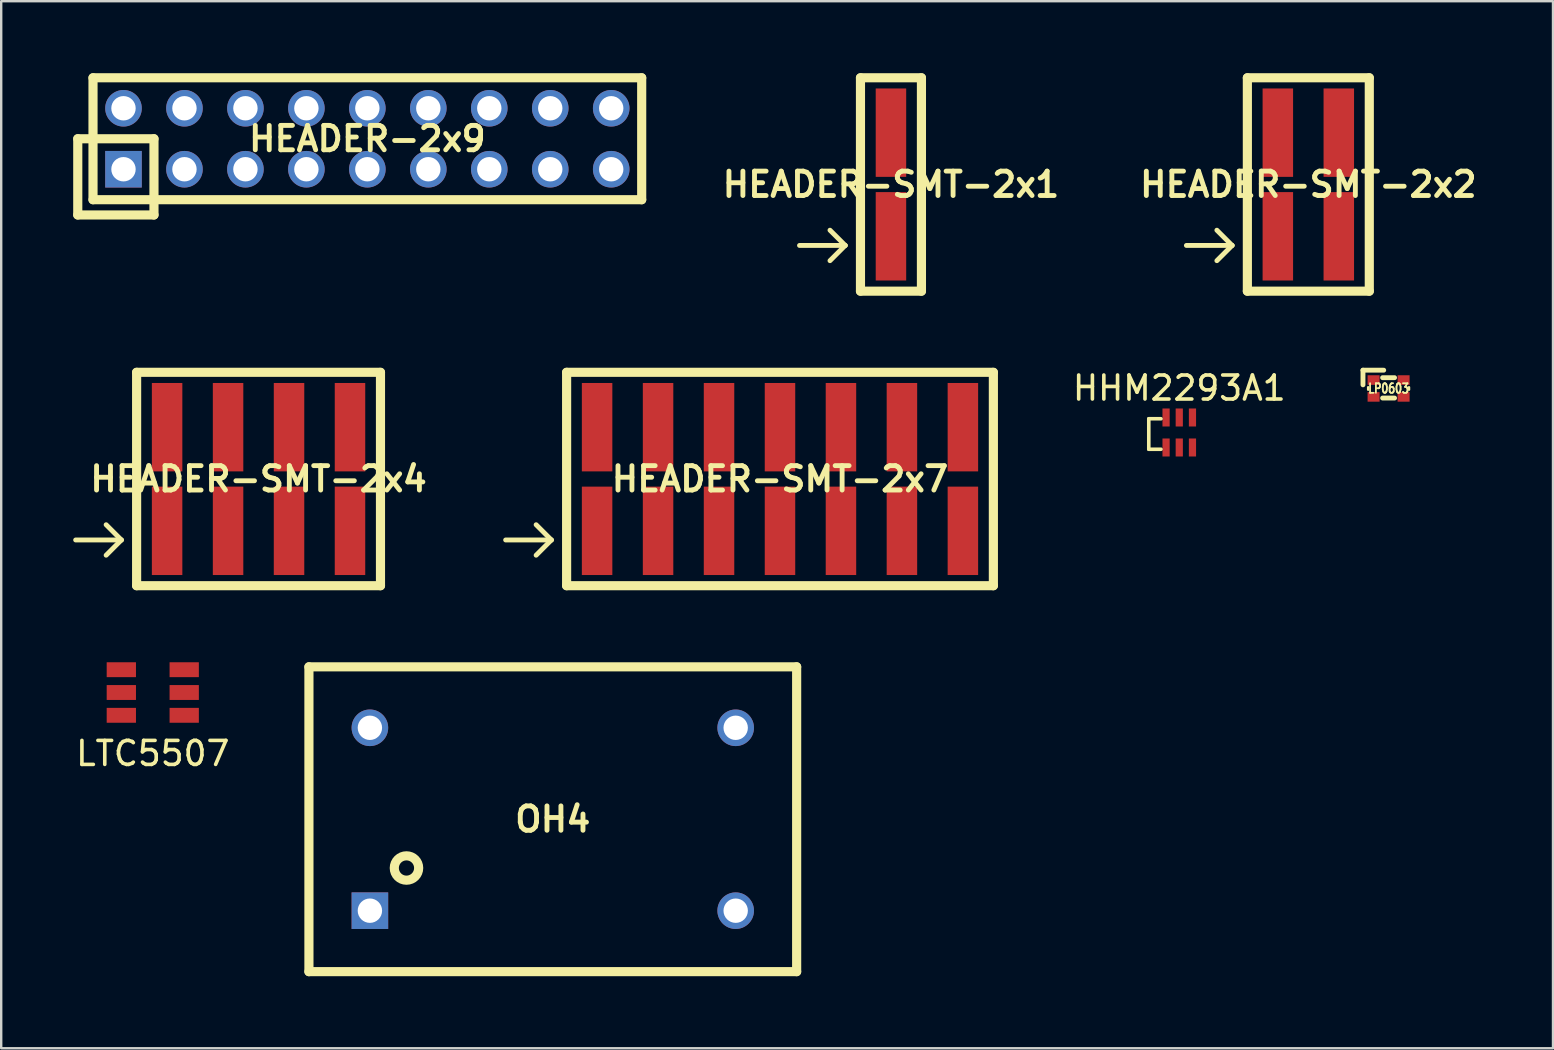
<source format=kicad_pcb>
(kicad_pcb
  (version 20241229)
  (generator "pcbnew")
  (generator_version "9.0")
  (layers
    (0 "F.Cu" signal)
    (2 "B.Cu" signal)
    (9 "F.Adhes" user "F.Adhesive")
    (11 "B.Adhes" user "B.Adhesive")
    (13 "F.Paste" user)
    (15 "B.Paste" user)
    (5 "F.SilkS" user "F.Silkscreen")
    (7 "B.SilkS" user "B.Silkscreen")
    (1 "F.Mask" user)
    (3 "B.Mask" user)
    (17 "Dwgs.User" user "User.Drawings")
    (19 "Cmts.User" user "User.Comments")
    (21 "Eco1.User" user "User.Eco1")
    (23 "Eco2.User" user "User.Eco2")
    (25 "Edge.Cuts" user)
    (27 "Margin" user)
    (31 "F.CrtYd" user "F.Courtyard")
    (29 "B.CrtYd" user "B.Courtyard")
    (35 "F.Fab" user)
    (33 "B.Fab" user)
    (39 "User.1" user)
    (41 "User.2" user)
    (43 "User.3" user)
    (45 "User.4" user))
  (footprint "HEADER-SMT-2x2"
    (layer "F.Cu")
    (at 51.459 4.636)
    (property "Reference" "HEADER-SMT-2x2" (at 0 0 0) (layer "F.SilkS") (effects (font (size 1.016 1.016) (thickness 0.203))))
    (attr through_hole)
    (fp_line (start -3.175 2.54) (end -5.08 2.54) (stroke (width 0.203) (type solid)) (layer "F.SilkS"))
    (fp_line (start -3.175 2.54) (end -3.81 1.905) (stroke (width 0.203) (type solid)) (layer "F.SilkS"))
    (fp_line (start -3.175 2.54) (end -3.81 3.175) (stroke (width 0.203) (type solid)) (layer "F.SilkS"))
    (fp_line (start -2.54 -4.445) (end -2.54 4.445) (stroke (width 0.381) (type solid)) (layer "F.SilkS"))
    (fp_line (start -2.54 -4.445) (end 2.54 -4.445) (stroke (width 0.381) (type solid)) (layer "F.SilkS"))
    (fp_line (start 2.54 -4.445) (end 2.54 4.445) (stroke (width 0.381) (type solid)) (layer "F.SilkS"))
    (fp_line (start 2.54 4.445) (end -2.54 4.445) (stroke (width 0.381) (type solid)) (layer "F.SilkS"))
    (pad "1" smd rect (at -1.27 2.159) (size 1.27 3.683) (layers "F.Cu" "F.Mask" "F.Paste"))
    (pad "2" smd rect (at -1.27 -2.159) (size 1.27 3.683) (layers "F.Cu" "F.Mask" "F.Paste"))
    (pad "3" smd rect (at 1.27 2.159) (size 1.27 3.683) (layers "F.Cu" "F.Mask" "F.Paste"))
    (pad "4" smd rect (at 1.27 -2.159) (size 1.27 3.683) (layers "F.Cu" "F.Mask" "F.Paste")))
  (footprint "HEADER-SMT-2x1"
    (layer "F.Cu")
    (at 34.07 4.636)
    (property "Reference" "HEADER-SMT-2x1" (at 0 0 0) (layer "F.SilkS") (effects (font (size 1.016 1.016) (thickness 0.203))))
    (attr through_hole)
    (fp_line (start -1.905 2.54) (end -3.81 2.54) (stroke (width 0.203) (type solid)) (layer "F.SilkS"))
    (fp_line (start -1.905 2.54) (end -2.54 1.905) (stroke (width 0.203) (type solid)) (layer "F.SilkS"))
    (fp_line (start -1.905 2.54) (end -2.54 3.175) (stroke (width 0.203) (type solid)) (layer "F.SilkS"))
    (fp_line (start -1.27 -4.445) (end -1.27 4.445) (stroke (width 0.381) (type solid)) (layer "F.SilkS"))
    (fp_line (start -1.27 -4.445) (end 1.27 -4.445) (stroke (width 0.381) (type solid)) (layer "F.SilkS"))
    (fp_line (start 1.27 -4.445) (end 1.27 4.445) (stroke (width 0.381) (type solid)) (layer "F.SilkS"))
    (fp_line (start 1.27 4.445) (end -1.27 4.445) (stroke (width 0.381) (type solid)) (layer "F.SilkS"))
    (pad "1" smd rect (at 0 2.159) (size 1.27 3.683) (layers "F.Cu" "F.Mask" "F.Paste"))
    (pad "2" smd rect (at 0 -2.159) (size 1.27 3.683) (layers "F.Cu" "F.Mask" "F.Paste")))
  (footprint "HEADER-SMT-2x7"
    (layer "F.Cu")
    (at 29.447 16.907)
    (property "Reference" "HEADER-SMT-2x7" (at 0 0 0) (layer "F.SilkS") (effects (font (size 1.016 1.016) (thickness 0.203))))
    (attr through_hole)
    (fp_line (start -9.525 2.54) (end -11.43 2.54) (stroke (width 0.203) (type solid)) (layer "F.SilkS"))
    (fp_line (start -9.525 2.54) (end -10.16 1.905) (stroke (width 0.203) (type solid)) (layer "F.SilkS"))
    (fp_line (start -9.525 2.54) (end -10.16 3.175) (stroke (width 0.203) (type solid)) (layer "F.SilkS"))
    (fp_line (start -8.89 -4.445) (end -8.89 4.445) (stroke (width 0.381) (type solid)) (layer "F.SilkS"))
    (fp_line (start -8.89 -4.445) (end 8.89 -4.445) (stroke (width 0.381) (type solid)) (layer "F.SilkS"))
    (fp_line (start -8.89 4.445) (end 8.89 4.445) (stroke (width 0.381) (type solid)) (layer "F.SilkS"))
    (fp_line (start 8.89 -4.445) (end 8.89 4.445) (stroke (width 0.381) (type solid)) (layer "F.SilkS"))
    (pad "1" smd rect (at -7.62 2.159) (size 1.27 3.683) (layers "F.Cu" "F.Mask" "F.Paste"))
    (pad "2" smd rect (at -7.62 -2.159) (size 1.27 3.683) (layers "F.Cu" "F.Mask" "F.Paste"))
    (pad "3" smd rect (at -5.08 2.159) (size 1.27 3.683) (layers "F.Cu" "F.Mask" "F.Paste"))
    (pad "4" smd rect (at -5.08 -2.159) (size 1.27 3.683) (layers "F.Cu" "F.Mask" "F.Paste"))
    (pad "5" smd rect (at -2.54 2.159) (size 1.27 3.683) (layers "F.Cu" "F.Mask" "F.Paste"))
    (pad "6" smd rect (at -2.54 -2.159) (size 1.27 3.683) (layers "F.Cu" "F.Mask" "F.Paste"))
    (pad "7" smd rect (at 0 2.159) (size 1.27 3.683) (layers "F.Cu" "F.Mask" "F.Paste"))
    (pad "8" smd rect (at 0 -2.159) (size 1.27 3.683) (layers "F.Cu" "F.Mask" "F.Paste"))
    (pad "9" smd rect (at 2.54 2.159) (size 1.27 3.683) (layers "F.Cu" "F.Mask" "F.Paste"))
    (pad "10" smd rect (at 2.54 -2.159) (size 1.27 3.683) (layers "F.Cu" "F.Mask" "F.Paste"))
    (pad "11" smd rect (at 5.08 2.159) (size 1.27 3.683) (layers "F.Cu" "F.Mask" "F.Paste"))
    (pad "12" smd rect (at 5.08 -2.159) (size 1.27 3.683) (layers "F.Cu" "F.Mask" "F.Paste"))
    (pad "13" smd rect (at 7.62 2.159) (size 1.27 3.683) (layers "F.Cu" "F.Mask" "F.Paste"))
    (pad "14" smd rect (at 7.62 -2.159) (size 1.27 3.683) (layers "F.Cu" "F.Mask" "F.Paste")))
  (footprint "OH4"
    (layer "F.Cu")
    (at 19.981 31.082)
    (property "Reference" "OH4" (at 0 0 0) (layer "F.SilkS") (effects (font (size 1.016 1.016) (thickness 0.203))))
    (attr through_hole)
    (fp_line (start -10.16 -6.35) (end 10.16 -6.35) (stroke (width 0.381) (type solid)) (layer "F.SilkS"))
    (fp_line (start -10.16 6.35) (end -10.16 -6.35) (stroke (width 0.381) (type solid)) (layer "F.SilkS"))
    (fp_line (start 10.16 -6.35) (end 10.16 6.35) (stroke (width 0.381) (type solid)) (layer "F.SilkS"))
    (fp_line (start 10.16 6.35) (end -10.16 6.35) (stroke (width 0.381) (type solid)) (layer "F.SilkS"))
    (fp_circle (center -6.096 2.032) (end -5.588 2.032) (stroke (width 0.381) (type solid)) (fill no) (layer "F.SilkS"))
    (pad "1" thru_hole rect (at -7.62 3.81) (size 1.524 1.524) (drill 1.016) (layers "*.Cu" "*.Mask"))
    (pad "7" thru_hole circle (at 7.62 3.81) (size 1.524 1.524) (drill 1.016) (layers "*.Cu" "*.Mask"))
    (pad "8" thru_hole circle (at 7.62 -3.81) (size 1.524 1.524) (drill 1.016) (layers "*.Cu" "*.Mask"))
    (pad "14" thru_hole circle (at -7.62 -3.81) (size 1.524 1.524) (drill 1.016) (layers "*.Cu" "*.Mask")))
  (footprint "LTC5507"
    (layer "F.Cu")
    (at 3.315 25.802)
    (property "Reference" "LTC5507" (at 0 2.54 0) (layer "F.SilkS") (effects (font (size 1 1) (thickness 0.15))))
    (attr through_hole)
    (pad "1" smd rect (at -1.31 -0.95) (size 1.22 0.62) (layers "F.Cu" "F.Mask" "F.Paste"))
    (pad "2" smd rect (at -1.31 0) (size 1.22 0.62) (layers "F.Cu" "F.Mask" "F.Paste"))
    (pad "3" smd rect (at -1.31 0.95) (size 1.22 0.62) (layers "F.Cu" "F.Mask" "F.Paste"))
    (pad "4" smd rect (at 1.31 0.95) (size 1.22 0.62) (layers "F.Cu" "F.Mask" "F.Paste"))
    (pad "5" smd rect (at 1.31 0) (size 1.22 0.62) (layers "F.Cu" "F.Mask" "F.Paste"))
    (pad "6" smd rect (at 1.31 -0.95) (size 1.22 0.62) (layers "F.Cu" "F.Mask" "F.Paste")))
  (footprint "LP0603"
    (layer "F.Cu")
    (at 54.803 13.135)
    (property "Reference" "LP0603" (at 0 0 0) (layer "F.SilkS") (effects (font (size 0.399 0.3) (thickness 0.075))))
    (attr through_hole)
    (fp_line (start -1.067 -0.762) (end -1.067 -0.152) (stroke (width 0.203) (type solid)) (layer "F.SilkS"))
    (fp_line (start -0.851 -0.051) (end -0.851 0.051) (stroke (width 0.102) (type solid)) (layer "F.SilkS"))
    (fp_line (start -0.249 -0.45) (end 0.249 -0.45) (stroke (width 0.203) (type solid)) (layer "F.SilkS"))
    (fp_line (start -0.203 -0.762) (end -1.067 -0.762) (stroke (width 0.203) (type solid)) (layer "F.SilkS"))
    (fp_line (start 0.249 0.399) (end -0.249 0.399) (stroke (width 0.203) (type solid)) (layer "F.SilkS"))
    (fp_line (start 0.851 -0.051) (end 0.851 0.051) (stroke (width 0.102) (type solid)) (layer "F.SilkS"))
    (pad "1" smd rect (at -0.625 -0.351) (size 0.5 0.399) (layers "F.Cu" "F.Mask" "F.Paste"))
    (pad "2" smd rect (at -0.625 0.351) (size 0.5 0.399) (layers "F.Cu" "F.Mask" "F.Paste"))
    (pad "3" smd rect (at 0.625 0.351) (size 0.5 0.399) (layers "F.Cu" "F.Mask" "F.Paste"))
    (pad "4" smd rect (at 0.625 -0.351) (size 0.5 0.399) (layers "F.Cu" "F.Mask" "F.Paste")))
  (footprint "HHM2293A1"
    (layer "F.Cu")
    (at 46.082 12.619)
    (property "Reference" "HHM2293A1" (at 0 0.5 0) (layer "F.SilkS") (effects (font (size 1 1) (thickness 0.15))))
    (attr through_hole)
    (fp_line (start -1.27 1.778) (end -1.27 3.048) (stroke (width 0.15) (type solid)) (layer "F.SilkS"))
    (fp_line (start -1.27 3.048) (end -0.762 3.048) (stroke (width 0.15) (type solid)) (layer "F.SilkS"))
    (fp_line (start -0.762 1.778) (end -1.27 1.778) (stroke (width 0.15) (type solid)) (layer "F.SilkS"))
    (pad "1" smd rect (at -0.55 2.975) (size 0.3 0.75) (layers "F.Cu" "F.Mask" "F.Paste"))
    (pad "2" smd rect (at 0 2.975 180) (size 0.3 0.75) (layers "F.Cu" "F.Mask" "F.Paste"))
    (pad "3" smd rect (at 0.55 2.975 180) (size 0.3 0.75) (layers "F.Cu" "F.Mask" "F.Paste"))
    (pad "4" smd rect (at 0.55 1.725 180) (size 0.3 0.75) (layers "F.Cu" "F.Mask" "F.Paste"))
    (pad "5" smd rect (at 0 1.725 180) (size 0.3 0.75) (layers "F.Cu" "F.Mask" "F.Paste"))
    (pad "6" smd rect (at -0.55 1.725 180) (size 0.3 0.75) (layers "F.Cu" "F.Mask" "F.Paste")))
  (footprint "HEADER-SMT-2x4"
    (layer "F.Cu")
    (at 7.722 16.907)
    (property "Reference" "HEADER-SMT-2x4" (at 0 0 0) (layer "F.SilkS") (effects (font (size 1.016 1.016) (thickness 0.203))))
    (attr through_hole)
    (fp_line (start -5.715 2.54) (end -7.62 2.54) (stroke (width 0.203) (type solid)) (layer "F.SilkS"))
    (fp_line (start -5.715 2.54) (end -6.35 1.905) (stroke (width 0.203) (type solid)) (layer "F.SilkS"))
    (fp_line (start -5.715 2.54) (end -6.35 3.175) (stroke (width 0.203) (type solid)) (layer "F.SilkS"))
    (fp_line (start -5.08 -4.445) (end -5.08 4.445) (stroke (width 0.381) (type solid)) (layer "F.SilkS"))
    (fp_line (start -5.08 4.445) (end 5.08 4.445) (stroke (width 0.381) (type solid)) (layer "F.SilkS"))
    (fp_line (start 5.08 -4.445) (end -5.08 -4.445) (stroke (width 0.381) (type solid)) (layer "F.SilkS"))
    (fp_line (start 5.08 4.445) (end 5.08 -4.445) (stroke (width 0.381) (type solid)) (layer "F.SilkS"))
    (pad "1" smd rect (at -3.81 2.159) (size 1.27 3.683) (layers "F.Cu" "F.Mask" "F.Paste"))
    (pad "2" smd rect (at -3.81 -2.159) (size 1.27 3.683) (layers "F.Cu" "F.Mask" "F.Paste"))
    (pad "3" smd rect (at -1.27 2.159) (size 1.27 3.683) (layers "F.Cu" "F.Mask" "F.Paste"))
    (pad "4" smd rect (at -1.27 -2.159) (size 1.27 3.683) (layers "F.Cu" "F.Mask" "F.Paste"))
    (pad "5" smd rect (at 1.27 2.159) (size 1.27 3.683) (layers "F.Cu" "F.Mask" "F.Paste"))
    (pad "6" smd rect (at 1.27 -2.159) (size 1.27 3.683) (layers "F.Cu" "F.Mask" "F.Paste"))
    (pad "7" smd rect (at 3.81 2.159) (size 1.27 3.683) (layers "F.Cu" "F.Mask" "F.Paste"))
    (pad "8" smd rect (at 3.81 -2.159) (size 1.27 3.683) (layers "F.Cu" "F.Mask" "F.Paste")))
  (footprint "HEADER-2x9"
    (layer "F.Cu")
    (at 12.255 2.731)
    (property "Reference" "HEADER-2x9" (at 0 0 0) (layer "F.SilkS") (effects (font (size 1.016 1.016) (thickness 0.203))))
    (attr through_hole)
    (fp_line (start -12.065 0) (end -12.065 3.175) (stroke (width 0.381) (type solid)) (layer "F.SilkS"))
    (fp_line (start -12.065 3.175) (end -8.89 3.175) (stroke (width 0.381) (type solid)) (layer "F.SilkS"))
    (fp_line (start -11.43 -2.54) (end 11.43 -2.54) (stroke (width 0.381) (type solid)) (layer "F.SilkS"))
    (fp_line (start -11.43 2.54) (end -11.43 -2.54) (stroke (width 0.381) (type solid)) (layer "F.SilkS"))
    (fp_line (start -8.89 0) (end -12.065 0) (stroke (width 0.381) (type solid)) (layer "F.SilkS"))
    (fp_line (start -8.89 3.175) (end -8.89 0) (stroke (width 0.381) (type solid)) (layer "F.SilkS"))
    (fp_line (start 11.43 -2.54) (end 11.43 2.54) (stroke (width 0.381) (type solid)) (layer "F.SilkS"))
    (fp_line (start 11.43 2.54) (end -11.43 2.54) (stroke (width 0.381) (type solid)) (layer "F.SilkS"))
    (pad "1" thru_hole rect (at -10.16 1.27) (size 1.524 1.524) (drill 1.016) (layers "*.Cu" "*.Mask"))
    (pad "2" thru_hole circle (at -10.16 -1.27) (size 1.524 1.524) (drill 1.016) (layers "*.Cu" "*.Mask"))
    (pad "3" thru_hole circle (at -7.62 1.27) (size 1.524 1.524) (drill 1.016) (layers "*.Cu" "*.Mask"))
    (pad "4" thru_hole circle (at -7.62 -1.27) (size 1.524 1.524) (drill 1.016) (layers "*.Cu" "*.Mask"))
    (pad "5" thru_hole circle (at -5.08 1.27) (size 1.524 1.524) (drill 1.016) (layers "*.Cu" "*.Mask"))
    (pad "6" thru_hole circle (at -5.08 -1.27) (size 1.524 1.524) (drill 1.016) (layers "*.Cu" "*.Mask"))
    (pad "7" thru_hole circle (at -2.54 1.27) (size 1.524 1.524) (drill 1.016) (layers "*.Cu" "*.Mask"))
    (pad "8" thru_hole circle (at -2.54 -1.27) (size 1.524 1.524) (drill 1.016) (layers "*.Cu" "*.Mask"))
    (pad "9" thru_hole circle (at 0 1.27) (size 1.524 1.524) (drill 1.016) (layers "*.Cu" "*.Mask"))
    (pad "10" thru_hole circle (at 0 -1.27) (size 1.524 1.524) (drill 1.016) (layers "*.Cu" "*.Mask"))
    (pad "11" thru_hole circle (at 2.54 1.27) (size 1.524 1.524) (drill 1.016) (layers "*.Cu" "*.Mask"))
    (pad "12" thru_hole circle (at 2.54 -1.27) (size 1.524 1.524) (drill 1.016) (layers "*.Cu" "*.Mask"))
    (pad "13" thru_hole circle (at 5.08 1.27) (size 1.524 1.524) (drill 1.016) (layers "*.Cu" "*.Mask"))
    (pad "14" thru_hole circle (at 5.08 -1.27) (size 1.524 1.524) (drill 1.016) (layers "*.Cu" "*.Mask"))
    (pad "15" thru_hole circle (at 7.62 1.27) (size 1.524 1.524) (drill 1.016) (layers "*.Cu" "*.Mask"))
    (pad "16" thru_hole circle (at 7.62 -1.27) (size 1.524 1.524) (drill 1.016) (layers "*.Cu" "*.Mask"))
    (pad "17" thru_hole circle (at 10.16 1.27) (size 1.524 1.524) (drill 1.016) (layers "*.Cu" "*.Mask"))
    (pad "18" thru_hole circle (at 10.16 -1.27) (size 1.524 1.524) (drill 1.016) (layers "*.Cu" "*.Mask")))
  (gr_rect
    (start -3 -3)
    (end 61.653 40.623)
    (stroke (width 0.1) (type default))
    (fill no)
    (layer "Edge.Cuts")))
</source>
